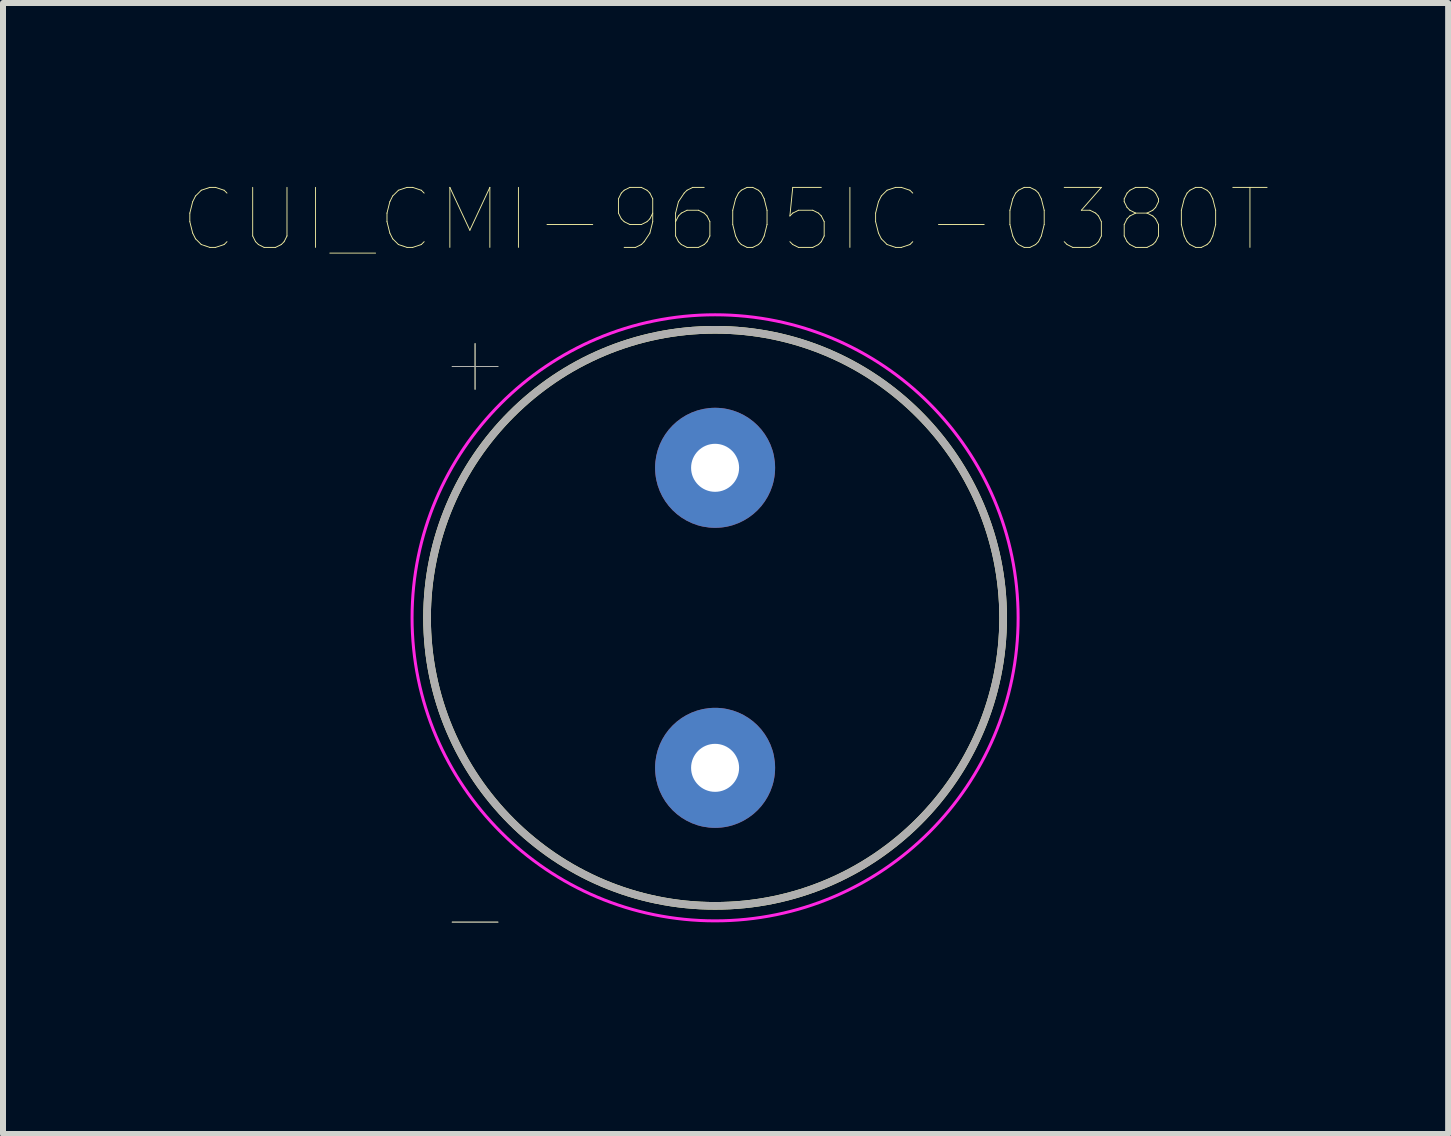
<source format=kicad_pcb>
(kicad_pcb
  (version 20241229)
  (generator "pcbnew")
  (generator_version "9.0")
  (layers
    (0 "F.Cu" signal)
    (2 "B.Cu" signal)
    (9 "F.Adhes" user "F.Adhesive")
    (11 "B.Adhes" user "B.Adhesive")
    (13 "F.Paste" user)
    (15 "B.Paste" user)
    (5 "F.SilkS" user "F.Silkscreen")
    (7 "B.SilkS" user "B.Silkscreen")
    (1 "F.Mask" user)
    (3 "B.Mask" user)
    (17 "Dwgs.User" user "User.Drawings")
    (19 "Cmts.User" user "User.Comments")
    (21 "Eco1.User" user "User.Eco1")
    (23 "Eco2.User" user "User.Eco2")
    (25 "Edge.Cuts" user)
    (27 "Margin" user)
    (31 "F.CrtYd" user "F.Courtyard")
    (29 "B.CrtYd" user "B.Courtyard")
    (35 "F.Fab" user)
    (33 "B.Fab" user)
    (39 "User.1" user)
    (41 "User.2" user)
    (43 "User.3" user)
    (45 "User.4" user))
  (footprint "CUI_CMI-9605IC-0380T"
    (layer "F.Cu")
    (at 8.867 7.246)
    (property "Reference" "CUI_CMI-9605IC-0380T" (at 0.175 -6.635 0) (layer "F.SilkS") (effects (font (size 1 1) (thickness 0.015))))
    (attr through_hole)
    (fp_circle (center 0 0) (end 4.8 0) (stroke (width 0.127) (type solid)) (fill no) (layer "F.SilkS"))
    (fp_circle (center 0 0) (end 5.05 0) (stroke (width 0.05) (type solid)) (fill no) (layer "F.CrtYd"))
    (fp_circle (center 0 0) (end 4.8 0) (stroke (width 0.127) (type solid)) (fill no) (layer "F.Fab"))
    (fp_text user "-" (at -4 4.99 0) (layer "F.SilkS") (effects (font (size 1 1) (thickness 0.015))))
    (fp_text user "+" (at -4 -4.27 0) (layer "F.SilkS") (effects (font (size 1 1) (thickness 0.015))))
    (fp_text user "+" (at -4 -4.27 0) (layer "F.Fab") (effects (font (size 1 1) (thickness 0.015))))
    (fp_text user "-" (at -4 4.99 0) (layer "F.Fab") (effects (font (size 1 1) (thickness 0.015))))
    (pad "N" thru_hole circle (at 0 2.5) (size 2 2) (drill 0.8) (layers "*.Cu" "*.Mask"))
    (pad "P" thru_hole circle (at 0 -2.5) (size 2 2) (drill 0.8) (layers "*.Cu" "*.Mask")))
  (gr_rect
    (start -3 -3)
    (end 21.083 15.848)
    (stroke (width 0.1) (type default))
    (fill no)
    (layer "Edge.Cuts")))
</source>
